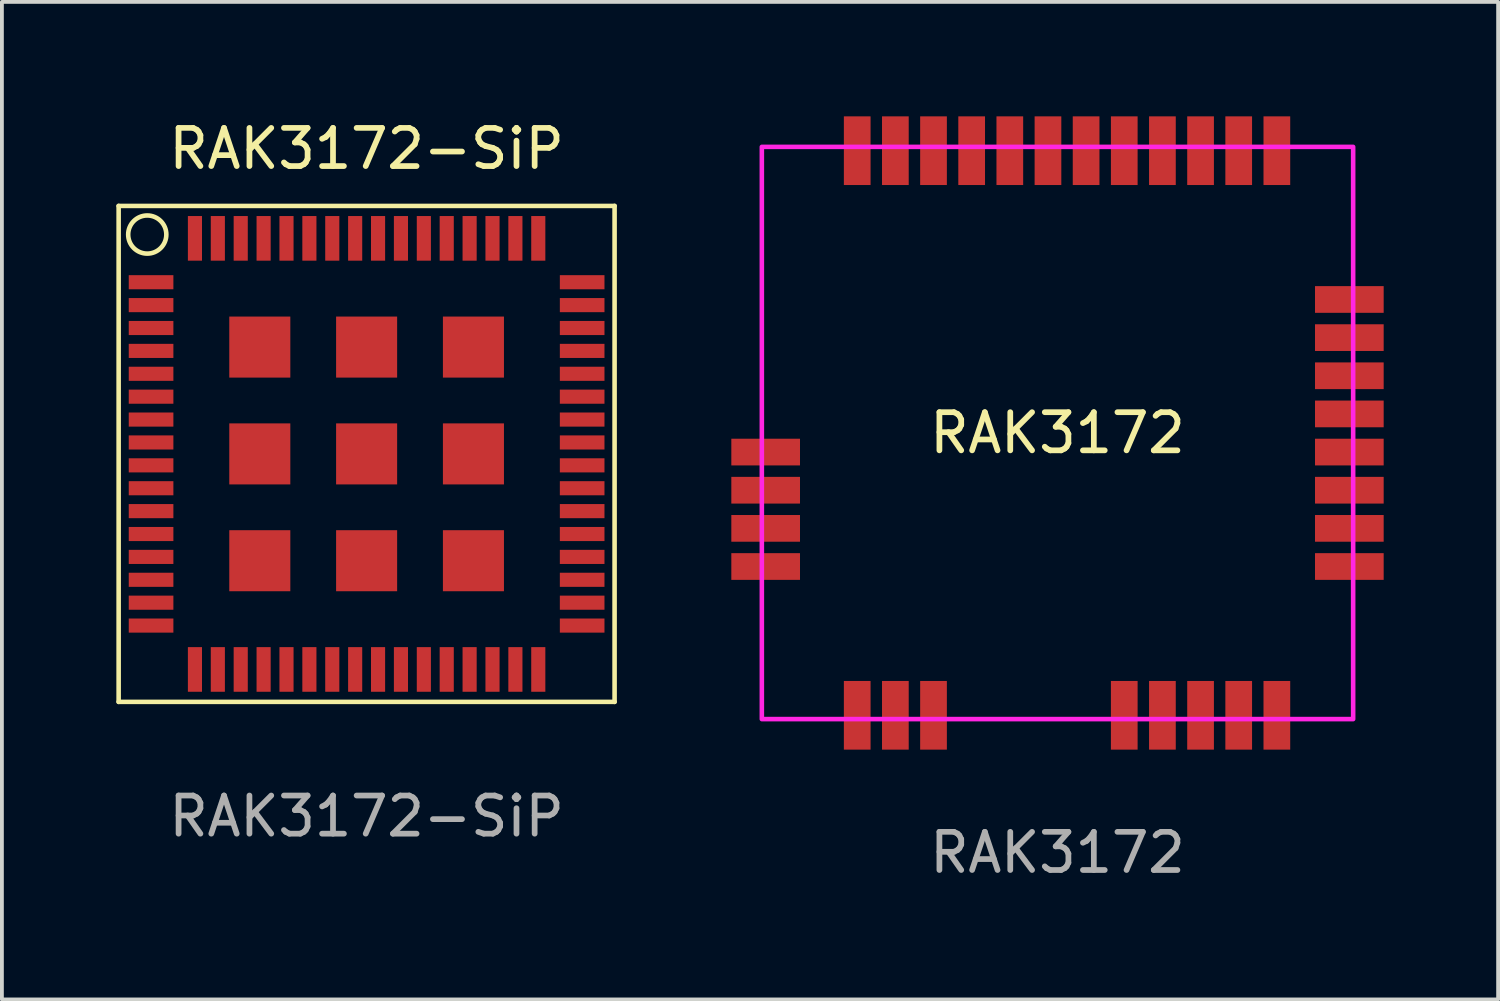
<source format=kicad_pcb>
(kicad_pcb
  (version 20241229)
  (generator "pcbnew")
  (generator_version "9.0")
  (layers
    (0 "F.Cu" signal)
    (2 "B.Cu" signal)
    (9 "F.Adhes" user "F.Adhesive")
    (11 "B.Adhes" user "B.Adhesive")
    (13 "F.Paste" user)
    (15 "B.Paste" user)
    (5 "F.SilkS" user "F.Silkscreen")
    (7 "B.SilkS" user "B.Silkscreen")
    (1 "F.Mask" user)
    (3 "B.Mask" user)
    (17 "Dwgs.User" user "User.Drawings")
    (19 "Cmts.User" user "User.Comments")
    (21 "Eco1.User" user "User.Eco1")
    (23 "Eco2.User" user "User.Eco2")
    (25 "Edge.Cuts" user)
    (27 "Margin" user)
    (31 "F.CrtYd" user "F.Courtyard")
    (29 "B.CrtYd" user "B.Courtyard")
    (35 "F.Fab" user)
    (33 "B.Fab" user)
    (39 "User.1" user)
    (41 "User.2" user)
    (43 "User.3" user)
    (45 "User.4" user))
  (footprint "RAK3172"
    (layer "F.Cu")
    (at 24.67 8.3)
    (property "Reference" "RAK3172" (at 0 0 0) (unlocked yes) (layer "F.SilkS") (effects (font (size 1 1) (thickness 0.15))))
    (attr smd)
    (fp_rect (start -7.75 -7.5) (end 7.75 7.5) (stroke (width 0.12) (type default)) (fill no) (layer "F.CrtYd"))
    (fp_text user "${REFERENCE}" (at 0 11 0) (unlocked yes) (layer "F.Fab") (effects (font (size 1 1) (thickness 0.15))))
    (pad "1" smd rect (at 5.75 -7.4 90) (size 1.8 0.7) (layers "F.Cu" "F.Mask" "F.Paste"))
    (pad "2" smd rect (at 4.75 -7.4 90) (size 1.8 0.7) (layers "F.Cu" "F.Mask" "F.Paste"))
    (pad "3" smd rect (at 3.75 -7.4 90) (size 1.8 0.7) (layers "F.Cu" "F.Mask" "F.Paste"))
    (pad "4" smd rect (at 2.75 -7.4 90) (size 1.8 0.7) (layers "F.Cu" "F.Mask" "F.Paste"))
    (pad "5" smd rect (at 1.75 -7.4 90) (size 1.8 0.7) (layers "F.Cu" "F.Mask" "F.Paste"))
    (pad "6" smd rect (at 0.75 -7.4 90) (size 1.8 0.7) (layers "F.Cu" "F.Mask" "F.Paste"))
    (pad "7" smd rect (at -0.25 -7.4 90) (size 1.8 0.7) (layers "F.Cu" "F.Mask" "F.Paste"))
    (pad "8" smd rect (at -1.25 -7.4 90) (size 1.8 0.7) (layers "F.Cu" "F.Mask" "F.Paste"))
    (pad "9" smd rect (at -2.25 -7.4 90) (size 1.8 0.7) (layers "F.Cu" "F.Mask" "F.Paste"))
    (pad "10" smd rect (at -3.25 -7.4 90) (size 1.8 0.7) (layers "F.Cu" "F.Mask" "F.Paste"))
    (pad "11" smd rect (at -4.25 -7.4 90) (size 1.8 0.7) (layers "F.Cu" "F.Mask" "F.Paste"))
    (pad "12" smd rect (at -5.25 -7.4 90) (size 1.8 0.7) (layers "F.Cu" "F.Mask" "F.Paste"))
    (pad "13" smd rect (at -7.65 0.5 180) (size 1.8 0.7) (layers "F.Cu" "F.Mask" "F.Paste"))
    (pad "14" smd rect (at -7.65 1.5 180) (size 1.8 0.7) (layers "F.Cu" "F.Mask" "F.Paste"))
    (pad "15" smd rect (at -7.65 2.5 180) (size 1.8 0.7) (layers "F.Cu" "F.Mask" "F.Paste"))
    (pad "16" smd rect (at -7.65 3.5 180) (size 1.8 0.7) (layers "F.Cu" "F.Mask" "F.Paste"))
    (pad "17" smd rect (at -5.25 7.4 270) (size 1.8 0.7) (layers "F.Cu" "F.Mask" "F.Paste"))
    (pad "18" smd rect (at -4.25 7.4 270) (size 1.8 0.7) (layers "F.Cu" "F.Mask" "F.Paste"))
    (pad "19" smd rect (at -3.25 7.4 270) (size 1.8 0.7) (layers "F.Cu" "F.Mask" "F.Paste"))
    (pad "20" smd rect (at 2.75 7.4 270) (size 1.8 0.7) (layers "F.Cu" "F.Mask" "F.Paste"))
    (pad "21" smd rect (at 3.75 7.4 270) (size 1.8 0.7) (layers "F.Cu" "F.Mask" "F.Paste"))
    (pad "22" smd rect (at 4.75 7.4 270) (size 1.8 0.7) (layers "F.Cu" "F.Mask" "F.Paste"))
    (pad "23" smd rect (at 5.75 7.4 270) (size 1.8 0.7) (layers "F.Cu" "F.Mask" "F.Paste"))
    (pad "24" smd rect (at 1.75 7.4 270) (size 1.8 0.7) (layers "F.Cu" "F.Mask" "F.Paste"))
    (pad "25" smd rect (at 7.65 3.5) (size 1.8 0.7) (layers "F.Cu" "F.Mask" "F.Paste"))
    (pad "26" smd rect (at 7.65 2.5) (size 1.8 0.7) (layers "F.Cu" "F.Mask" "F.Paste"))
    (pad "27" smd rect (at 7.65 1.5) (size 1.8 0.7) (layers "F.Cu" "F.Mask" "F.Paste"))
    (pad "28" smd rect (at 7.65 0.5) (size 1.8 0.7) (layers "F.Cu" "F.Mask" "F.Paste"))
    (pad "29" smd rect (at 7.65 -0.5) (size 1.8 0.7) (layers "F.Cu" "F.Mask" "F.Paste"))
    (pad "30" smd rect (at 7.65 -1.5) (size 1.8 0.7) (layers "F.Cu" "F.Mask" "F.Paste"))
    (pad "31" smd rect (at 7.65 -2.5) (size 1.8 0.7) (layers "F.Cu" "F.Mask" "F.Paste"))
    (pad "32" smd rect (at 7.65 -3.5) (size 1.8 0.7) (layers "F.Cu" "F.Mask" "F.Paste")))
  (footprint "RAK3172-SiP"
    (layer "F.Cu")
    (at 6.56 8.848)
    (property "Reference" "RAK3172-SiP" (at 0 -8 0) (unlocked yes) (layer "F.SilkS") (effects (font (size 1 1) (thickness 0.15))))
    (attr smd)
    (fp_line (start -6.5 -6.5) (end -6.5 6.5) (stroke (width 0.12) (type default)) (layer "F.SilkS"))
    (fp_line (start -6.5 6.5) (end 6.5 6.5) (stroke (width 0.12) (type default)) (layer "F.SilkS"))
    (fp_line (start 6.5 -6.5) (end -6.5 -6.5) (stroke (width 0.12) (type default)) (layer "F.SilkS"))
    (fp_line (start 6.5 6.5) (end 6.5 -6.5) (stroke (width 0.12) (type default)) (layer "F.SilkS"))
    (fp_circle (center -5.75 -5.75) (end -5.25 -5.75) (stroke (width 0.12) (type default)) (fill no) (layer "F.SilkS"))
    (fp_text user "${REFERENCE}" (at 0 9.5 0) (unlocked yes) (layer "F.Fab") (effects (font (size 1 1) (thickness 0.15))))
    (pad "1" smd rect (at -5.65 -4.5) (size 1.17 0.37) (layers "F.Cu" "F.Mask" "F.Paste"))
    (pad "2" smd rect (at -5.65 -3.9) (size 1.17 0.37) (layers "F.Cu" "F.Mask" "F.Paste"))
    (pad "3" smd rect (at -5.65 -3.3) (size 1.17 0.37) (layers "F.Cu" "F.Mask" "F.Paste"))
    (pad "4" smd rect (at -5.65 -2.7) (size 1.17 0.37) (layers "F.Cu" "F.Mask" "F.Paste"))
    (pad "5" smd rect (at -5.65 -2.1) (size 1.17 0.37) (layers "F.Cu" "F.Mask" "F.Paste"))
    (pad "6" smd rect (at -5.65 -1.5) (size 1.17 0.37) (layers "F.Cu" "F.Mask" "F.Paste"))
    (pad "7" smd rect (at -5.65 -0.9) (size 1.17 0.37) (layers "F.Cu" "F.Mask" "F.Paste"))
    (pad "8" smd rect (at -5.65 -0.3) (size 1.17 0.37) (layers "F.Cu" "F.Mask" "F.Paste"))
    (pad "9" smd rect (at -5.65 0.3) (size 1.17 0.37) (layers "F.Cu" "F.Mask" "F.Paste"))
    (pad "10" smd rect (at -5.65 0.9) (size 1.17 0.37) (layers "F.Cu" "F.Mask" "F.Paste"))
    (pad "11" smd rect (at -5.65 1.5) (size 1.17 0.37) (layers "F.Cu" "F.Mask" "F.Paste"))
    (pad "12" smd rect (at -5.65 2.1) (size 1.17 0.37) (layers "F.Cu" "F.Mask" "F.Paste"))
    (pad "13" smd rect (at -5.65 2.7) (size 1.17 0.37) (layers "F.Cu" "F.Mask" "F.Paste"))
    (pad "14" smd rect (at -5.65 3.3) (size 1.17 0.37) (layers "F.Cu" "F.Mask" "F.Paste"))
    (pad "15" smd rect (at -5.65 3.9) (size 1.17 0.37) (layers "F.Cu" "F.Mask" "F.Paste"))
    (pad "16" smd rect (at -5.65 4.5) (size 1.17 0.37) (layers "F.Cu" "F.Mask" "F.Paste"))
    (pad "17" smd rect (at -4.5 5.65 90) (size 1.17 0.37) (layers "F.Cu" "F.Mask" "F.Paste"))
    (pad "18" smd rect (at -3.9 5.65 90) (size 1.17 0.37) (layers "F.Cu" "F.Mask" "F.Paste"))
    (pad "19" smd rect (at -3.3 5.65 90) (size 1.17 0.37) (layers "F.Cu" "F.Mask" "F.Paste"))
    (pad "20" smd rect (at -2.7 5.65 90) (size 1.17 0.37) (layers "F.Cu" "F.Mask" "F.Paste"))
    (pad "21" smd rect (at -2.1 5.65 90) (size 1.17 0.37) (layers "F.Cu" "F.Mask" "F.Paste"))
    (pad "22" smd rect (at -1.5 5.65 90) (size 1.17 0.37) (layers "F.Cu" "F.Mask" "F.Paste"))
    (pad "23" smd rect (at -0.9 5.65 90) (size 1.17 0.37) (layers "F.Cu" "F.Mask" "F.Paste"))
    (pad "24" smd rect (at -0.3 5.65 90) (size 1.17 0.37) (layers "F.Cu" "F.Mask" "F.Paste"))
    (pad "25" smd rect (at 0.3 5.65 90) (size 1.17 0.37) (layers "F.Cu" "F.Mask" "F.Paste"))
    (pad "26" smd rect (at 0.9 5.65 90) (size 1.17 0.37) (layers "F.Cu" "F.Mask" "F.Paste"))
    (pad "27" smd rect (at 1.5 5.65 90) (size 1.17 0.37) (layers "F.Cu" "F.Mask" "F.Paste"))
    (pad "28" smd rect (at 2.1 5.65 90) (size 1.17 0.37) (layers "F.Cu" "F.Mask" "F.Paste"))
    (pad "29" smd rect (at 2.7 5.65 90) (size 1.17 0.37) (layers "F.Cu" "F.Mask" "F.Paste"))
    (pad "30" smd rect (at 3.3 5.65 90) (size 1.17 0.37) (layers "F.Cu" "F.Mask" "F.Paste"))
    (pad "31" smd rect (at 3.9 5.65 90) (size 1.17 0.37) (layers "F.Cu" "F.Mask" "F.Paste"))
    (pad "32" smd rect (at 4.5 5.65 90) (size 1.17 0.37) (layers "F.Cu" "F.Mask" "F.Paste"))
    (pad "33" smd rect (at 5.65 4.5 180) (size 1.17 0.37) (layers "F.Cu" "F.Mask" "F.Paste"))
    (pad "34" smd rect (at 5.65 3.9 180) (size 1.17 0.37) (layers "F.Cu" "F.Mask" "F.Paste"))
    (pad "35" smd rect (at 5.65 3.3 180) (size 1.17 0.37) (layers "F.Cu" "F.Mask" "F.Paste"))
    (pad "36" smd rect (at 5.65 2.7 180) (size 1.17 0.37) (layers "F.Cu" "F.Mask" "F.Paste"))
    (pad "37" smd rect (at 5.65 2.1 180) (size 1.17 0.37) (layers "F.Cu" "F.Mask" "F.Paste"))
    (pad "38" smd rect (at 5.65 1.5 180) (size 1.17 0.37) (layers "F.Cu" "F.Mask" "F.Paste"))
    (pad "39" smd rect (at 5.65 0.9 180) (size 1.17 0.37) (layers "F.Cu" "F.Mask" "F.Paste"))
    (pad "40" smd rect (at 5.65 0.3 180) (size 1.17 0.37) (layers "F.Cu" "F.Mask" "F.Paste"))
    (pad "41" smd rect (at 5.65 -0.3 180) (size 1.17 0.37) (layers "F.Cu" "F.Mask" "F.Paste"))
    (pad "42" smd rect (at 5.65 -0.9 180) (size 1.17 0.37) (layers "F.Cu" "F.Mask" "F.Paste"))
    (pad "43" smd rect (at 5.65 -1.5 180) (size 1.17 0.37) (layers "F.Cu" "F.Mask" "F.Paste"))
    (pad "44" smd rect (at 5.65 -2.1 180) (size 1.17 0.37) (layers "F.Cu" "F.Mask" "F.Paste"))
    (pad "45" smd rect (at 5.65 -2.7 180) (size 1.17 0.37) (layers "F.Cu" "F.Mask" "F.Paste"))
    (pad "46" smd rect (at 5.65 -3.3 180) (size 1.17 0.37) (layers "F.Cu" "F.Mask" "F.Paste"))
    (pad "47" smd rect (at 5.65 -3.9 180) (size 1.17 0.37) (layers "F.Cu" "F.Mask" "F.Paste"))
    (pad "48" smd rect (at 5.65 -4.5 180) (size 1.17 0.37) (layers "F.Cu" "F.Mask" "F.Paste"))
    (pad "49" smd rect (at 4.5 -5.65 270) (size 1.17 0.37) (layers "F.Cu" "F.Mask" "F.Paste"))
    (pad "50" smd rect (at 3.9 -5.65 270) (size 1.17 0.37) (layers "F.Cu" "F.Mask" "F.Paste"))
    (pad "51" smd rect (at 3.3 -5.65 270) (size 1.17 0.37) (layers "F.Cu" "F.Mask" "F.Paste"))
    (pad "52" smd rect (at 2.7 -5.65 270) (size 1.17 0.37) (layers "F.Cu" "F.Mask" "F.Paste"))
    (pad "53" smd rect (at 2.1 -5.65 270) (size 1.17 0.37) (layers "F.Cu" "F.Mask" "F.Paste"))
    (pad "54" smd rect (at 1.5 -5.65 270) (size 1.17 0.37) (layers "F.Cu" "F.Mask" "F.Paste"))
    (pad "55" smd rect (at 0.9 -5.65 270) (size 1.17 0.37) (layers "F.Cu" "F.Mask" "F.Paste"))
    (pad "56" smd rect (at 0.3 -5.65 270) (size 1.17 0.37) (layers "F.Cu" "F.Mask" "F.Paste"))
    (pad "57" smd rect (at -0.3 -5.65 270) (size 1.17 0.37) (layers "F.Cu" "F.Mask" "F.Paste"))
    (pad "58" smd rect (at -0.9 -5.65 270) (size 1.17 0.37) (layers "F.Cu" "F.Mask" "F.Paste"))
    (pad "59" smd rect (at -1.5 -5.65 270) (size 1.17 0.37) (layers "F.Cu" "F.Mask" "F.Paste"))
    (pad "60" smd rect (at -2.1 -5.65 270) (size 1.17 0.37) (layers "F.Cu" "F.Mask" "F.Paste"))
    (pad "61" smd rect (at -2.7 -5.65 270) (size 1.17 0.37) (layers "F.Cu" "F.Mask" "F.Paste"))
    (pad "62" smd rect (at -3.3 -5.65 270) (size 1.17 0.37) (layers "F.Cu" "F.Mask" "F.Paste"))
    (pad "63" smd rect (at -3.9 -5.65 270) (size 1.17 0.37) (layers "F.Cu" "F.Mask" "F.Paste"))
    (pad "64" smd rect (at -4.5 -5.65 270) (size 1.17 0.37) (layers "F.Cu" "F.Mask" "F.Paste"))
    (pad "65" smd rect (at -2.8 -2.8) (size 1.6 1.6) (layers "F.Cu" "F.Mask" "F.Paste"))
    (pad "66" smd rect (at 0 -2.8) (size 1.6 1.6) (layers "F.Cu" "F.Mask" "F.Paste"))
    (pad "67" smd rect (at 2.8 -2.8) (size 1.6 1.6) (layers "F.Cu" "F.Mask" "F.Paste"))
    (pad "68" smd rect (at -2.8 0) (size 1.6 1.6) (layers "F.Cu" "F.Mask" "F.Paste"))
    (pad "69" smd rect (at 0 0) (size 1.6 1.6) (layers "F.Cu" "F.Mask" "F.Paste"))
    (pad "70" smd rect (at 2.8 0) (size 1.6 1.6) (layers "F.Cu" "F.Mask" "F.Paste"))
    (pad "71" smd rect (at -2.8 2.8) (size 1.6 1.6) (layers "F.Cu" "F.Mask" "F.Paste"))
    (pad "72" smd rect (at 0 2.8) (size 1.6 1.6) (layers "F.Cu" "F.Mask" "F.Paste"))
    (pad "73" smd rect (at 2.8 2.8) (size 1.6 1.6) (layers "F.Cu" "F.Mask" "F.Paste")))
  (gr_rect
    (start -3 -3)
    (end 36.22 23.148)
    (stroke (width 0.1) (type default))
    (fill no)
    (layer "Edge.Cuts")))
</source>
